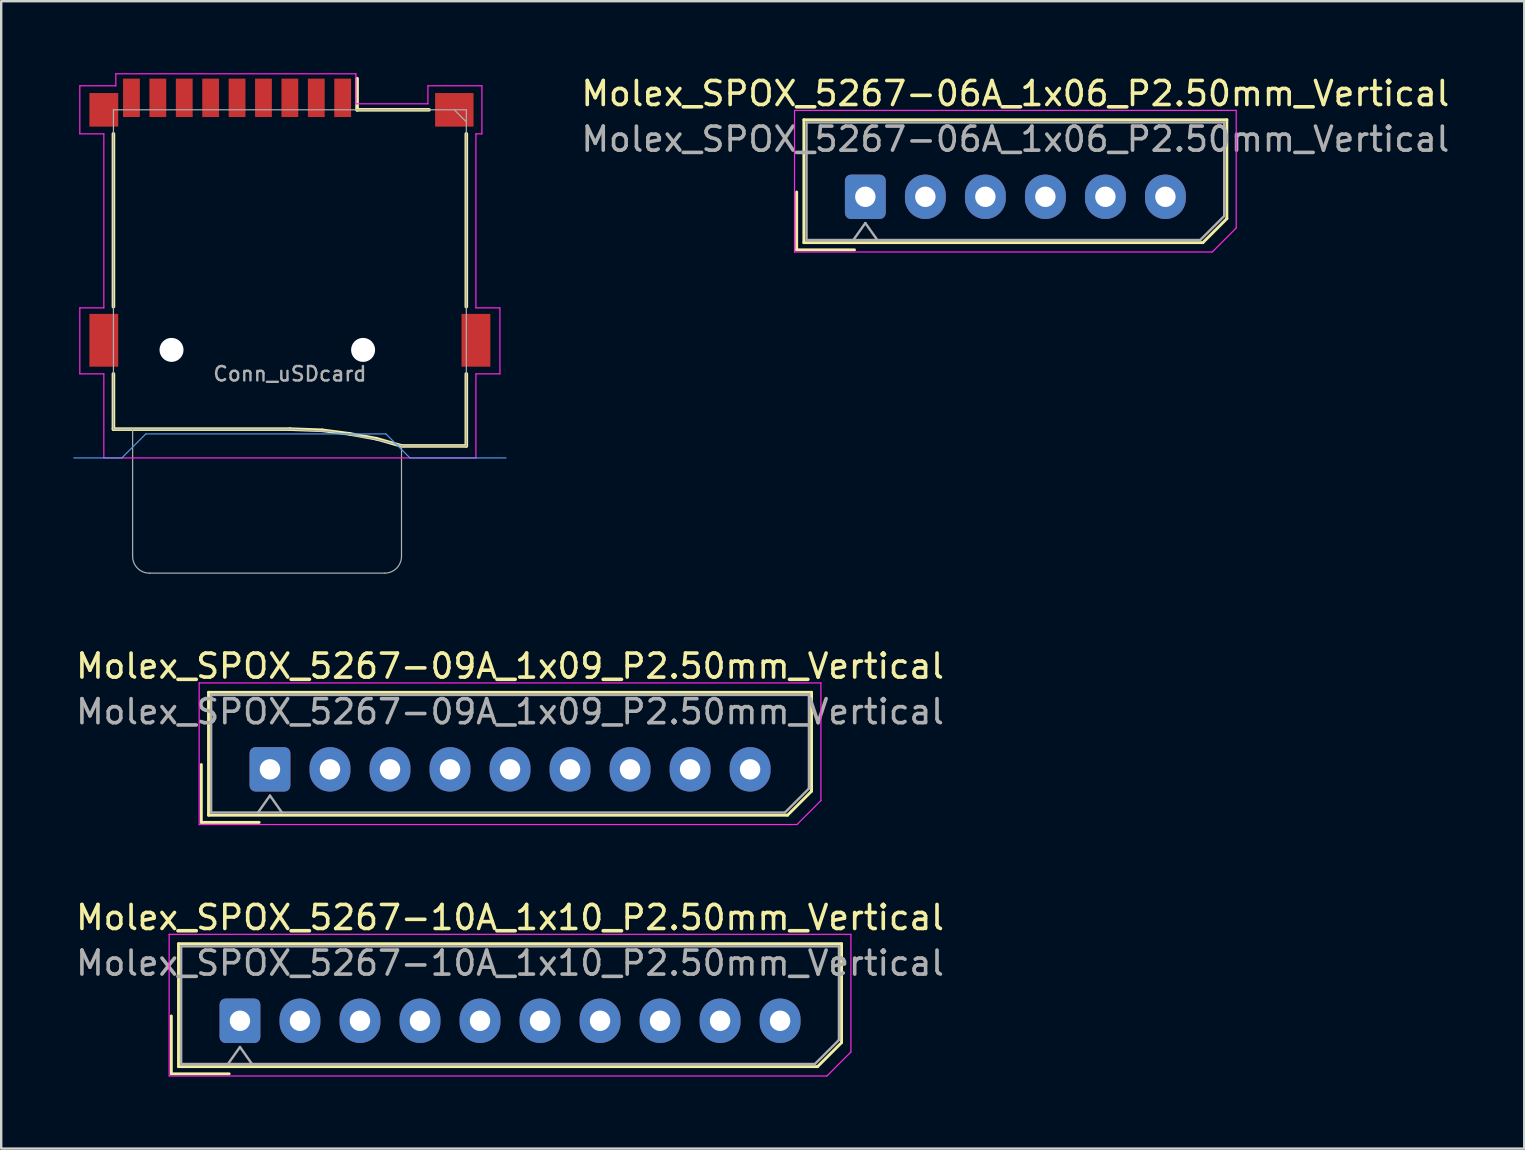
<source format=kicad_pcb>
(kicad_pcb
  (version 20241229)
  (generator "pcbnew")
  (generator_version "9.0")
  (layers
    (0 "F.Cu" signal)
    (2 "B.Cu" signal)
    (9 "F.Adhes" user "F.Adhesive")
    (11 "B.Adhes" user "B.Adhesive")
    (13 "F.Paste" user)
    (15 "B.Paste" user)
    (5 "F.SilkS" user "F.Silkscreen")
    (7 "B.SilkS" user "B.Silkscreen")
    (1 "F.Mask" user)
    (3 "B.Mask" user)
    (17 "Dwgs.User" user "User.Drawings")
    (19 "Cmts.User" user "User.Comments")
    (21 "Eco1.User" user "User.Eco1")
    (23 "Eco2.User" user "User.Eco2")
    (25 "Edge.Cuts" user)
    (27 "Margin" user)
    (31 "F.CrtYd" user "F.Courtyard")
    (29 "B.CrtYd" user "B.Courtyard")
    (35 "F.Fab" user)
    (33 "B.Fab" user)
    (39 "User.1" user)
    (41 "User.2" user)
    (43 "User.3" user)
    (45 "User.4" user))
  (footprint "Molex_SPOX_5267-09A_1x09_P2.50mm_Vertical"
    (layer "F.Cu")
    (at 8.196 28.998)
    (property "Reference" "Molex_SPOX_5267-09A_1x09_P2.50mm_Vertical" (at 10 -4.3 0) (layer "F.SilkS") (effects (font (size 1 1) (thickness 0.15))))
    (attr through_hole)
    (fp_line (start -2.86 -0.2) (end -2.86 2.21) (stroke (width 0.12) (type solid)) (layer "F.SilkS"))
    (fp_line (start -2.86 2.21) (end -0.45 2.21) (stroke (width 0.12) (type solid)) (layer "F.SilkS"))
    (fp_line (start -2.56 -3.21) (end -2.56 1.91) (stroke (width 0.12) (type solid)) (layer "F.SilkS"))
    (fp_line (start -2.56 1.91) (end 21.56 1.91) (stroke (width 0.12) (type solid)) (layer "F.SilkS"))
    (fp_line (start 21.56 1.91) (end 22.56 0.91) (stroke (width 0.12) (type solid)) (layer "F.SilkS"))
    (fp_line (start 22.56 -3.21) (end -2.56 -3.21) (stroke (width 0.12) (type solid)) (layer "F.SilkS"))
    (fp_line (start 22.56 0.91) (end 22.56 -3.21) (stroke (width 0.12) (type solid)) (layer "F.SilkS"))
    (fp_line (start -2.95 -3.6) (end -2.95 2.3) (stroke (width 0.05) (type solid)) (layer "F.CrtYd"))
    (fp_line (start -2.95 2.3) (end 21.95 2.3) (stroke (width 0.05) (type solid)) (layer "F.CrtYd"))
    (fp_line (start 21.95 2.3) (end 22.95 1.3) (stroke (width 0.05) (type solid)) (layer "F.CrtYd"))
    (fp_line (start 22.95 -3.6) (end -2.95 -3.6) (stroke (width 0.05) (type solid)) (layer "F.CrtYd"))
    (fp_line (start 22.95 1.3) (end 22.95 -3.6) (stroke (width 0.05) (type solid)) (layer "F.CrtYd"))
    (fp_line (start -2.45 -3.1) (end -2.45 1.8) (stroke (width 0.1) (type solid)) (layer "F.Fab"))
    (fp_line (start -2.45 1.8) (end 21.45 1.8) (stroke (width 0.1) (type solid)) (layer "F.Fab"))
    (fp_line (start -0.5 1.8) (end 0 1.093) (stroke (width 0.1) (type solid)) (layer "F.Fab"))
    (fp_line (start 0 1.093) (end 0.5 1.8) (stroke (width 0.1) (type solid)) (layer "F.Fab"))
    (fp_line (start 21.45 1.8) (end 22.45 0.8) (stroke (width 0.1) (type solid)) (layer "F.Fab"))
    (fp_line (start 22.45 -3.1) (end -2.45 -3.1) (stroke (width 0.1) (type solid)) (layer "F.Fab"))
    (fp_line (start 22.45 0.8) (end 22.45 -3.1) (stroke (width 0.1) (type solid)) (layer "F.Fab"))
    (fp_text user "${REFERENCE}" (at 10 -2.4 0) (layer "F.Fab") (effects (font (size 1 1) (thickness 0.15))))
    (pad "1" thru_hole roundrect (at 0 0) (size 1.7 1.85) (drill 0.85) (layers "*.Cu" "*.Mask") (roundrect_rratio 0.147))
    (pad "2" thru_hole oval (at 2.5 0) (size 1.7 1.85) (drill 0.85) (layers "*.Cu" "*.Mask"))
    (pad "3" thru_hole oval (at 5 0) (size 1.7 1.85) (drill 0.85) (layers "*.Cu" "*.Mask"))
    (pad "4" thru_hole oval (at 7.5 0) (size 1.7 1.85) (drill 0.85) (layers "*.Cu" "*.Mask"))
    (pad "5" thru_hole oval (at 10 0) (size 1.7 1.85) (drill 0.85) (layers "*.Cu" "*.Mask"))
    (pad "6" thru_hole oval (at 12.5 0) (size 1.7 1.85) (drill 0.85) (layers "*.Cu" "*.Mask"))
    (pad "7" thru_hole oval (at 15 0) (size 1.7 1.85) (drill 0.85) (layers "*.Cu" "*.Mask"))
    (pad "8" thru_hole oval (at 17.5 0) (size 1.7 1.85) (drill 0.85) (layers "*.Cu" "*.Mask"))
    (pad "9" thru_hole oval (at 20 0) (size 1.7 1.85) (drill 0.85) (layers "*.Cu" "*.Mask")))
  (footprint "Conn_uSDcard"
    (layer "F.Cu")
    (at 9.025 11.525)
    (property "Reference" "Conn_uSDcard" (at 0 1 180) (layer "F.Fab") (effects (font (size 0.6 0.6) (thickness 0.1))))
    (attr smd)
    (fp_line (start -7.35 -1.8) (end -7.35 -9) (stroke (width 0.15) (type solid)) (layer "F.SilkS"))
    (fp_line (start -7.35 1) (end -7.35 3.3) (stroke (width 0.15) (type solid)) (layer "F.SilkS"))
    (fp_line (start -7.35 3.3) (end 0 3.3) (stroke (width 0.15) (type solid)) (layer "F.SilkS"))
    (fp_line (start 0 3.3) (end 1.35 3.35) (stroke (width 0.15) (type solid)) (layer "F.SilkS"))
    (fp_line (start 1.35 3.35) (end 2.5 3.5) (stroke (width 0.15) (type solid)) (layer "F.SilkS"))
    (fp_line (start 2.5 3.5) (end 3.6 3.7) (stroke (width 0.15) (type solid)) (layer "F.SilkS"))
    (fp_line (start 2.8 -10) (end 2.8 -11.3) (stroke (width 0.15) (type solid)) (layer "F.SilkS"))
    (fp_line (start 2.8 -10) (end 5.8 -10) (stroke (width 0.15) (type solid)) (layer "F.SilkS"))
    (fp_line (start 3.6 3.7) (end 4.65 4) (stroke (width 0.15) (type solid)) (layer "F.SilkS"))
    (fp_line (start 4.65 4) (end 7.35 4) (stroke (width 0.15) (type solid)) (layer "F.SilkS"))
    (fp_line (start 7.35 -9) (end 7.35 -1.8) (stroke (width 0.15) (type solid)) (layer "F.SilkS"))
    (fp_line (start 7.35 4) (end 7.35 1) (stroke (width 0.15) (type solid)) (layer "F.SilkS"))
    (fp_line (start -9 4.5) (end -7 4.5) (stroke (width 0.05) (type solid)) (layer "Cmts.User"))
    (fp_line (start -7 4.5) (end -6 3.5) (stroke (width 0.05) (type solid)) (layer "Cmts.User"))
    (fp_line (start -6 3.5) (end 4 3.5) (stroke (width 0.05) (type solid)) (layer "Cmts.User"))
    (fp_line (start 4 3.5) (end 5 4.5) (stroke (width 0.05) (type solid)) (layer "Cmts.User"))
    (fp_line (start 5 4.5) (end 9 4.5) (stroke (width 0.05) (type solid)) (layer "Cmts.User"))
    (fp_line (start -8.75 -11) (end -7.25 -11) (stroke (width 0.05) (type solid)) (layer "F.CrtYd"))
    (fp_line (start -8.75 -9) (end -8.75 -11) (stroke (width 0.05) (type solid)) (layer "F.CrtYd"))
    (fp_line (start -8.75 -1.75) (end -7.75 -1.75) (stroke (width 0.05) (type solid)) (layer "F.CrtYd"))
    (fp_line (start -8.75 1) (end -8.75 -1.75) (stroke (width 0.05) (type solid)) (layer "F.CrtYd"))
    (fp_line (start -7.75 -9) (end -8.75 -9) (stroke (width 0.05) (type solid)) (layer "F.CrtYd"))
    (fp_line (start -7.75 -1.75) (end -7.75 -9) (stroke (width 0.05) (type solid)) (layer "F.CrtYd"))
    (fp_line (start -7.75 1) (end -8.75 1) (stroke (width 0.05) (type solid)) (layer "F.CrtYd"))
    (fp_line (start -7.75 4.5) (end -7.75 1) (stroke (width 0.05) (type solid)) (layer "F.CrtYd"))
    (fp_line (start -7.25 -11.5) (end 2.75 -11.5) (stroke (width 0.05) (type solid)) (layer "F.CrtYd"))
    (fp_line (start -7.25 -11) (end -7.25 -11.5) (stroke (width 0.05) (type solid)) (layer "F.CrtYd"))
    (fp_line (start 2.75 -11.5) (end 2.75 -10.25) (stroke (width 0.05) (type solid)) (layer "F.CrtYd"))
    (fp_line (start 2.75 -10.25) (end 5.75 -10.25) (stroke (width 0.05) (type solid)) (layer "F.CrtYd"))
    (fp_line (start 5.75 -11) (end 8 -11) (stroke (width 0.05) (type solid)) (layer "F.CrtYd"))
    (fp_line (start 5.75 -10.25) (end 5.75 -11) (stroke (width 0.05) (type solid)) (layer "F.CrtYd"))
    (fp_line (start 7.75 -9) (end 7.75 -1.75) (stroke (width 0.05) (type solid)) (layer "F.CrtYd"))
    (fp_line (start 7.75 -1.75) (end 8.75 -1.75) (stroke (width 0.05) (type solid)) (layer "F.CrtYd"))
    (fp_line (start 7.75 1) (end 7.75 4.5) (stroke (width 0.05) (type solid)) (layer "F.CrtYd"))
    (fp_line (start 7.75 4.5) (end -7.75 4.5) (stroke (width 0.05) (type solid)) (layer "F.CrtYd"))
    (fp_line (start 8 -11) (end 8 -9) (stroke (width 0.05) (type solid)) (layer "F.CrtYd"))
    (fp_line (start 8 -9) (end 7.75 -9) (stroke (width 0.05) (type solid)) (layer "F.CrtYd"))
    (fp_line (start 8.75 -1.75) (end 8.75 1) (stroke (width 0.05) (type solid)) (layer "F.CrtYd"))
    (fp_line (start 8.75 1) (end 7.75 1) (stroke (width 0.05) (type solid)) (layer "F.CrtYd"))
    (fp_line (start -7.35 -10) (end -7.35 3.3) (stroke (width 0.05) (type solid)) (layer "F.Fab"))
    (fp_line (start -7.35 -10) (end 7.35 -10) (stroke (width 0.05) (type solid)) (layer "F.Fab"))
    (fp_line (start -7.35 3.3) (end 0 3.3) (stroke (width 0.05) (type solid)) (layer "F.Fab"))
    (fp_line (start -6.55 8.6) (end -6.55 3.3) (stroke (width 0.05) (type solid)) (layer "F.Fab"))
    (fp_line (start -5.85 9.3) (end 3.95 9.3) (stroke (width 0.05) (type solid)) (layer "F.Fab"))
    (fp_line (start 0 3.3) (end 1.7 3.4) (stroke (width 0.05) (type solid)) (layer "F.Fab"))
    (fp_line (start 1.7 3.4) (end 3.5 3.7) (stroke (width 0.05) (type solid)) (layer "F.Fab"))
    (fp_line (start 3.5 3.7) (end 4.7 4) (stroke (width 0.05) (type solid)) (layer "F.Fab"))
    (fp_line (start 4.65 4) (end 7.35 4) (stroke (width 0.05) (type solid)) (layer "F.Fab"))
    (fp_line (start 4.65 8.6) (end 4.65 4) (stroke (width 0.05) (type solid)) (layer "F.Fab"))
    (fp_line (start 7.35 -10) (end 7.35 4) (stroke (width 0.05) (type solid)) (layer "F.Fab"))
    (fp_line (start 7.35 -9.5) (end 6.85 -10) (stroke (width 0.05) (type solid)) (layer "F.Fab"))
    (fp_arc (start -5.85 9.3) (mid -6.344975 9.094975) (end -6.55 8.6) (stroke (width 0.05) (type solid)) (layer "F.Fab"))
    (fp_arc (start 4.65 8.6) (mid 4.444975 9.094975) (end 3.95 9.3) (stroke (width 0.05) (type solid)) (layer "F.Fab"))
    (fp_text user "${REFERENCE}" (at 2.1 -9.35 180) (layer "Eco1.User") (effects (font (size 0.3 0.3) (thickness 0.03))))
    (pad "" np_thru_hole circle (at -4.93 0) (size 1 1) (drill 1) (layers "*.Cu"))
    (pad "" np_thru_hole circle (at 3.05 0) (size 1 1) (drill 1) (layers "*.Cu"))
    (pad "1" smd rect (at 2.2 -10.5) (size 0.7 1.6) (layers "F.Cu" "F.Mask" "F.Paste"))
    (pad "2" smd rect (at 1.1 -10.5) (size 0.7 1.6) (layers "F.Cu" "F.Mask" "F.Paste"))
    (pad "3" smd rect (at 0 -10.5) (size 0.7 1.6) (layers "F.Cu" "F.Mask" "F.Paste"))
    (pad "4" smd rect (at -1.1 -10.5) (size 0.7 1.6) (layers "F.Cu" "F.Mask" "F.Paste"))
    (pad "5" smd rect (at -2.2 -10.5) (size 0.7 1.6) (layers "F.Cu" "F.Mask" "F.Paste"))
    (pad "6" smd rect (at -7.75 -10) (size 1.2 1.4) (layers "F.Cu" "F.Mask" "F.Paste"))
    (pad "6" smd rect (at -7.75 -0.4) (size 1.2 2.2) (layers "F.Cu" "F.Mask" "F.Paste"))
    (pad "6" smd rect (at -3.3 -10.5) (size 0.7 1.6) (layers "F.Cu" "F.Mask" "F.Paste"))
    (pad "6" smd rect (at 6.85 -10) (size 1.6 1.4) (layers "F.Cu" "F.Mask" "F.Paste"))
    (pad "6" smd rect (at 7.75 -0.4) (size 1.2 2.2) (layers "F.Cu" "F.Mask" "F.Paste"))
    (pad "7" smd rect (at -4.4 -10.5) (size 0.7 1.6) (layers "F.Cu" "F.Mask" "F.Paste"))
    (pad "8" smd rect (at -5.5 -10.5) (size 0.7 1.6) (layers "F.Cu" "F.Mask" "F.Paste"))
    (pad "9" smd rect (at -6.6 -10.5) (size 0.7 1.6) (layers "F.Cu" "F.Mask" "F.Paste")))
  (footprint "Molex_SPOX_5267-10A_1x10_P2.50mm_Vertical"
    (layer "F.Cu")
    (at 6.946 39.471)
    (property "Reference" "Molex_SPOX_5267-10A_1x10_P2.50mm_Vertical" (at 11.25 -4.3 0) (layer "F.SilkS") (effects (font (size 1 1) (thickness 0.15))))
    (attr through_hole)
    (fp_line (start -2.86 -0.2) (end -2.86 2.21) (stroke (width 0.12) (type solid)) (layer "F.SilkS"))
    (fp_line (start -2.86 2.21) (end -0.45 2.21) (stroke (width 0.12) (type solid)) (layer "F.SilkS"))
    (fp_line (start -2.56 -3.21) (end -2.56 1.91) (stroke (width 0.12) (type solid)) (layer "F.SilkS"))
    (fp_line (start -2.56 1.91) (end 24.06 1.91) (stroke (width 0.12) (type solid)) (layer "F.SilkS"))
    (fp_line (start 24.06 1.91) (end 25.06 0.91) (stroke (width 0.12) (type solid)) (layer "F.SilkS"))
    (fp_line (start 25.06 -3.21) (end -2.56 -3.21) (stroke (width 0.12) (type solid)) (layer "F.SilkS"))
    (fp_line (start 25.06 0.91) (end 25.06 -3.21) (stroke (width 0.12) (type solid)) (layer "F.SilkS"))
    (fp_line (start -2.95 -3.6) (end -2.95 2.3) (stroke (width 0.05) (type solid)) (layer "F.CrtYd"))
    (fp_line (start -2.95 2.3) (end 24.45 2.3) (stroke (width 0.05) (type solid)) (layer "F.CrtYd"))
    (fp_line (start 24.45 2.3) (end 25.45 1.3) (stroke (width 0.05) (type solid)) (layer "F.CrtYd"))
    (fp_line (start 25.45 -3.6) (end -2.95 -3.6) (stroke (width 0.05) (type solid)) (layer "F.CrtYd"))
    (fp_line (start 25.45 1.3) (end 25.45 -3.6) (stroke (width 0.05) (type solid)) (layer "F.CrtYd"))
    (fp_line (start -2.45 -3.1) (end -2.45 1.8) (stroke (width 0.1) (type solid)) (layer "F.Fab"))
    (fp_line (start -2.45 1.8) (end 23.95 1.8) (stroke (width 0.1) (type solid)) (layer "F.Fab"))
    (fp_line (start -0.5 1.8) (end 0 1.093) (stroke (width 0.1) (type solid)) (layer "F.Fab"))
    (fp_line (start 0 1.093) (end 0.5 1.8) (stroke (width 0.1) (type solid)) (layer "F.Fab"))
    (fp_line (start 23.95 1.8) (end 24.95 0.8) (stroke (width 0.1) (type solid)) (layer "F.Fab"))
    (fp_line (start 24.95 -3.1) (end -2.45 -3.1) (stroke (width 0.1) (type solid)) (layer "F.Fab"))
    (fp_line (start 24.95 0.8) (end 24.95 -3.1) (stroke (width 0.1) (type solid)) (layer "F.Fab"))
    (fp_text user "${REFERENCE}" (at 11.25 -2.4 0) (layer "F.Fab") (effects (font (size 1 1) (thickness 0.15))))
    (pad "1" thru_hole roundrect (at 0 0) (size 1.7 1.85) (drill 0.85) (layers "*.Cu" "*.Mask") (roundrect_rratio 0.147))
    (pad "2" thru_hole oval (at 2.5 0) (size 1.7 1.85) (drill 0.85) (layers "*.Cu" "*.Mask"))
    (pad "3" thru_hole oval (at 5 0) (size 1.7 1.85) (drill 0.85) (layers "*.Cu" "*.Mask"))
    (pad "4" thru_hole oval (at 7.5 0) (size 1.7 1.85) (drill 0.85) (layers "*.Cu" "*.Mask"))
    (pad "5" thru_hole oval (at 10 0) (size 1.7 1.85) (drill 0.85) (layers "*.Cu" "*.Mask"))
    (pad "6" thru_hole oval (at 12.5 0) (size 1.7 1.85) (drill 0.85) (layers "*.Cu" "*.Mask"))
    (pad "7" thru_hole oval (at 15 0) (size 1.7 1.85) (drill 0.85) (layers "*.Cu" "*.Mask"))
    (pad "8" thru_hole oval (at 17.5 0) (size 1.7 1.85) (drill 0.85) (layers "*.Cu" "*.Mask"))
    (pad "9" thru_hole oval (at 20 0) (size 1.7 1.85) (drill 0.85) (layers "*.Cu" "*.Mask"))
    (pad "10" thru_hole oval (at 22.5 0) (size 1.7 1.85) (drill 0.85) (layers "*.Cu" "*.Mask")))
  (footprint "Molex_SPOX_5267-06A_1x06_P2.50mm_Vertical"
    (layer "F.Cu")
    (at 32.996 5.148)
    (property "Reference" "Molex_SPOX_5267-06A_1x06_P2.50mm_Vertical" (at 6.25 -4.3 0) (layer "F.SilkS") (effects (font (size 1 1) (thickness 0.15))))
    (attr through_hole)
    (fp_line (start -2.86 -0.2) (end -2.86 2.21) (stroke (width 0.12) (type solid)) (layer "F.SilkS"))
    (fp_line (start -2.86 2.21) (end -0.45 2.21) (stroke (width 0.12) (type solid)) (layer "F.SilkS"))
    (fp_line (start -2.56 -3.21) (end -2.56 1.91) (stroke (width 0.12) (type solid)) (layer "F.SilkS"))
    (fp_line (start -2.56 1.91) (end 14.06 1.91) (stroke (width 0.12) (type solid)) (layer "F.SilkS"))
    (fp_line (start 14.06 1.91) (end 15.06 0.91) (stroke (width 0.12) (type solid)) (layer "F.SilkS"))
    (fp_line (start 15.06 -3.21) (end -2.56 -3.21) (stroke (width 0.12) (type solid)) (layer "F.SilkS"))
    (fp_line (start 15.06 0.91) (end 15.06 -3.21) (stroke (width 0.12) (type solid)) (layer "F.SilkS"))
    (fp_line (start -2.95 -3.6) (end -2.95 2.3) (stroke (width 0.05) (type solid)) (layer "F.CrtYd"))
    (fp_line (start -2.95 2.3) (end 14.45 2.3) (stroke (width 0.05) (type solid)) (layer "F.CrtYd"))
    (fp_line (start 14.45 2.3) (end 15.45 1.3) (stroke (width 0.05) (type solid)) (layer "F.CrtYd"))
    (fp_line (start 15.45 -3.6) (end -2.95 -3.6) (stroke (width 0.05) (type solid)) (layer "F.CrtYd"))
    (fp_line (start 15.45 1.3) (end 15.45 -3.6) (stroke (width 0.05) (type solid)) (layer "F.CrtYd"))
    (fp_line (start -2.45 -3.1) (end -2.45 1.8) (stroke (width 0.1) (type solid)) (layer "F.Fab"))
    (fp_line (start -2.45 1.8) (end 13.95 1.8) (stroke (width 0.1) (type solid)) (layer "F.Fab"))
    (fp_line (start -0.5 1.8) (end 0 1.093) (stroke (width 0.1) (type solid)) (layer "F.Fab"))
    (fp_line (start 0 1.093) (end 0.5 1.8) (stroke (width 0.1) (type solid)) (layer "F.Fab"))
    (fp_line (start 13.95 1.8) (end 14.95 0.8) (stroke (width 0.1) (type solid)) (layer "F.Fab"))
    (fp_line (start 14.95 -3.1) (end -2.45 -3.1) (stroke (width 0.1) (type solid)) (layer "F.Fab"))
    (fp_line (start 14.95 0.8) (end 14.95 -3.1) (stroke (width 0.1) (type solid)) (layer "F.Fab"))
    (fp_text user "${REFERENCE}" (at 6.25 -2.4 0) (layer "F.Fab") (effects (font (size 1 1) (thickness 0.15))))
    (pad "1" thru_hole roundrect (at 0 0) (size 1.7 1.85) (drill 0.85) (layers "*.Cu" "*.Mask") (roundrect_rratio 0.147))
    (pad "2" thru_hole oval (at 2.5 0) (size 1.7 1.85) (drill 0.85) (layers "*.Cu" "*.Mask"))
    (pad "3" thru_hole oval (at 5 0) (size 1.7 1.85) (drill 0.85) (layers "*.Cu" "*.Mask"))
    (pad "4" thru_hole oval (at 7.5 0) (size 1.7 1.85) (drill 0.85) (layers "*.Cu" "*.Mask"))
    (pad "5" thru_hole oval (at 10 0) (size 1.7 1.85) (drill 0.85) (layers "*.Cu" "*.Mask"))
    (pad "6" thru_hole oval (at 12.5 0) (size 1.7 1.85) (drill 0.85) (layers "*.Cu" "*.Mask")))
  (gr_rect
    (start -3 -3)
    (end 60.443 44.797)
    (stroke (width 0.1) (type default))
    (fill no)
    (layer "Edge.Cuts")))
</source>
